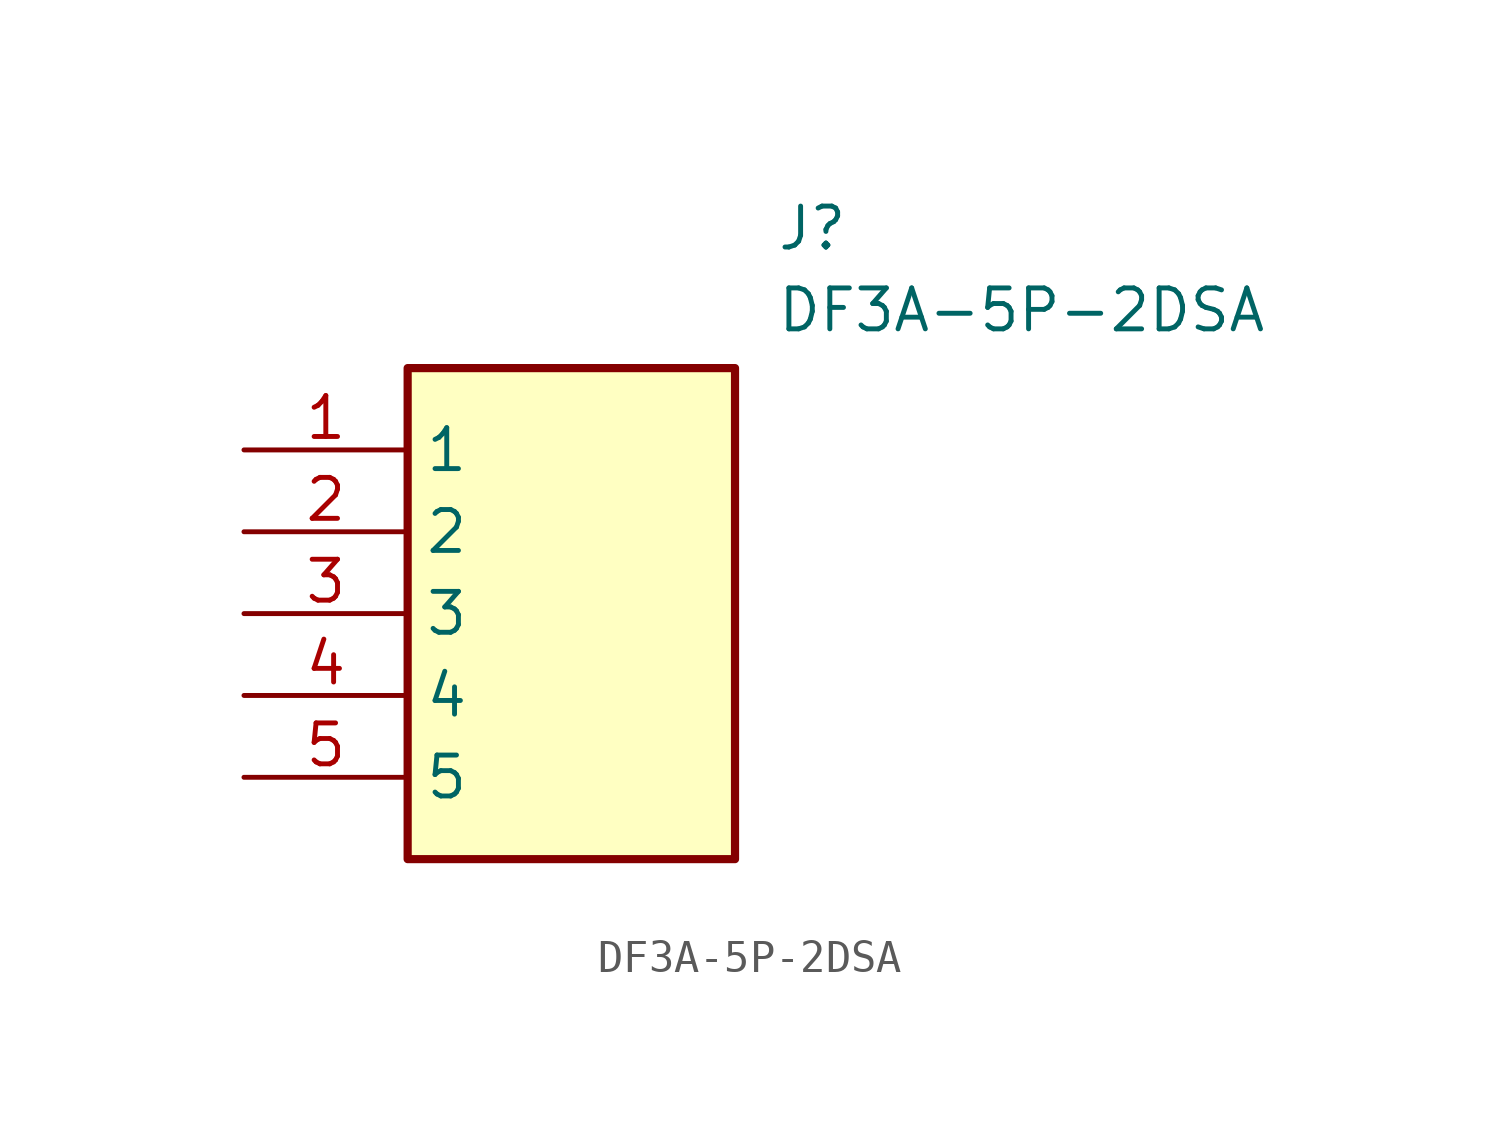
<source format=kicad_sym>
(kicad_symbol_lib
  (version 20211014)
  (generator SamacSys_ECAD_Model)
  (symbol "DF3A-5P-2DSA"
    (property "Reference" "J"
      (at 16.51 7.62 0)
      (effects (font (size 1.27 1.27)) (justify left top)))
    (property "Value" "DF3A-5P-2DSA"
      (at 16.51 5.08 0)
      (effects (font (size 1.27 1.27)) (justify left top)))
    (rectangle
      (start 5.08 2.54)
      (end 15.24 -12.7)
      (stroke (width 0.254) (type default))
      (fill (type background)))
    (pin passive line
      (at 0 0 0)
      (length 5.08)
      (name "1" (effects (font (size 1.27 1.27))))
      (number "1" (effects (font (size 1.27 1.27)))))
    (pin passive line
      (at 0 -2.54 0)
      (length 5.08)
      (name "2" (effects (font (size 1.27 1.27))))
      (number "2" (effects (font (size 1.27 1.27)))))
    (pin passive line
      (at 0 -5.08 0)
      (length 5.08)
      (name "3" (effects (font (size 1.27 1.27))))
      (number "3" (effects (font (size 1.27 1.27)))))
    (pin passive line
      (at 0 -7.62 0)
      (length 5.08)
      (name "4" (effects (font (size 1.27 1.27))))
      (number "4" (effects (font (size 1.27 1.27)))))
    (pin passive line
      (at 0 -10.16 0)
      (length 5.08)
      (name "5" (effects (font (size 1.27 1.27))))
      (number "5" (effects (font (size 1.27 1.27)))))))
</source>
